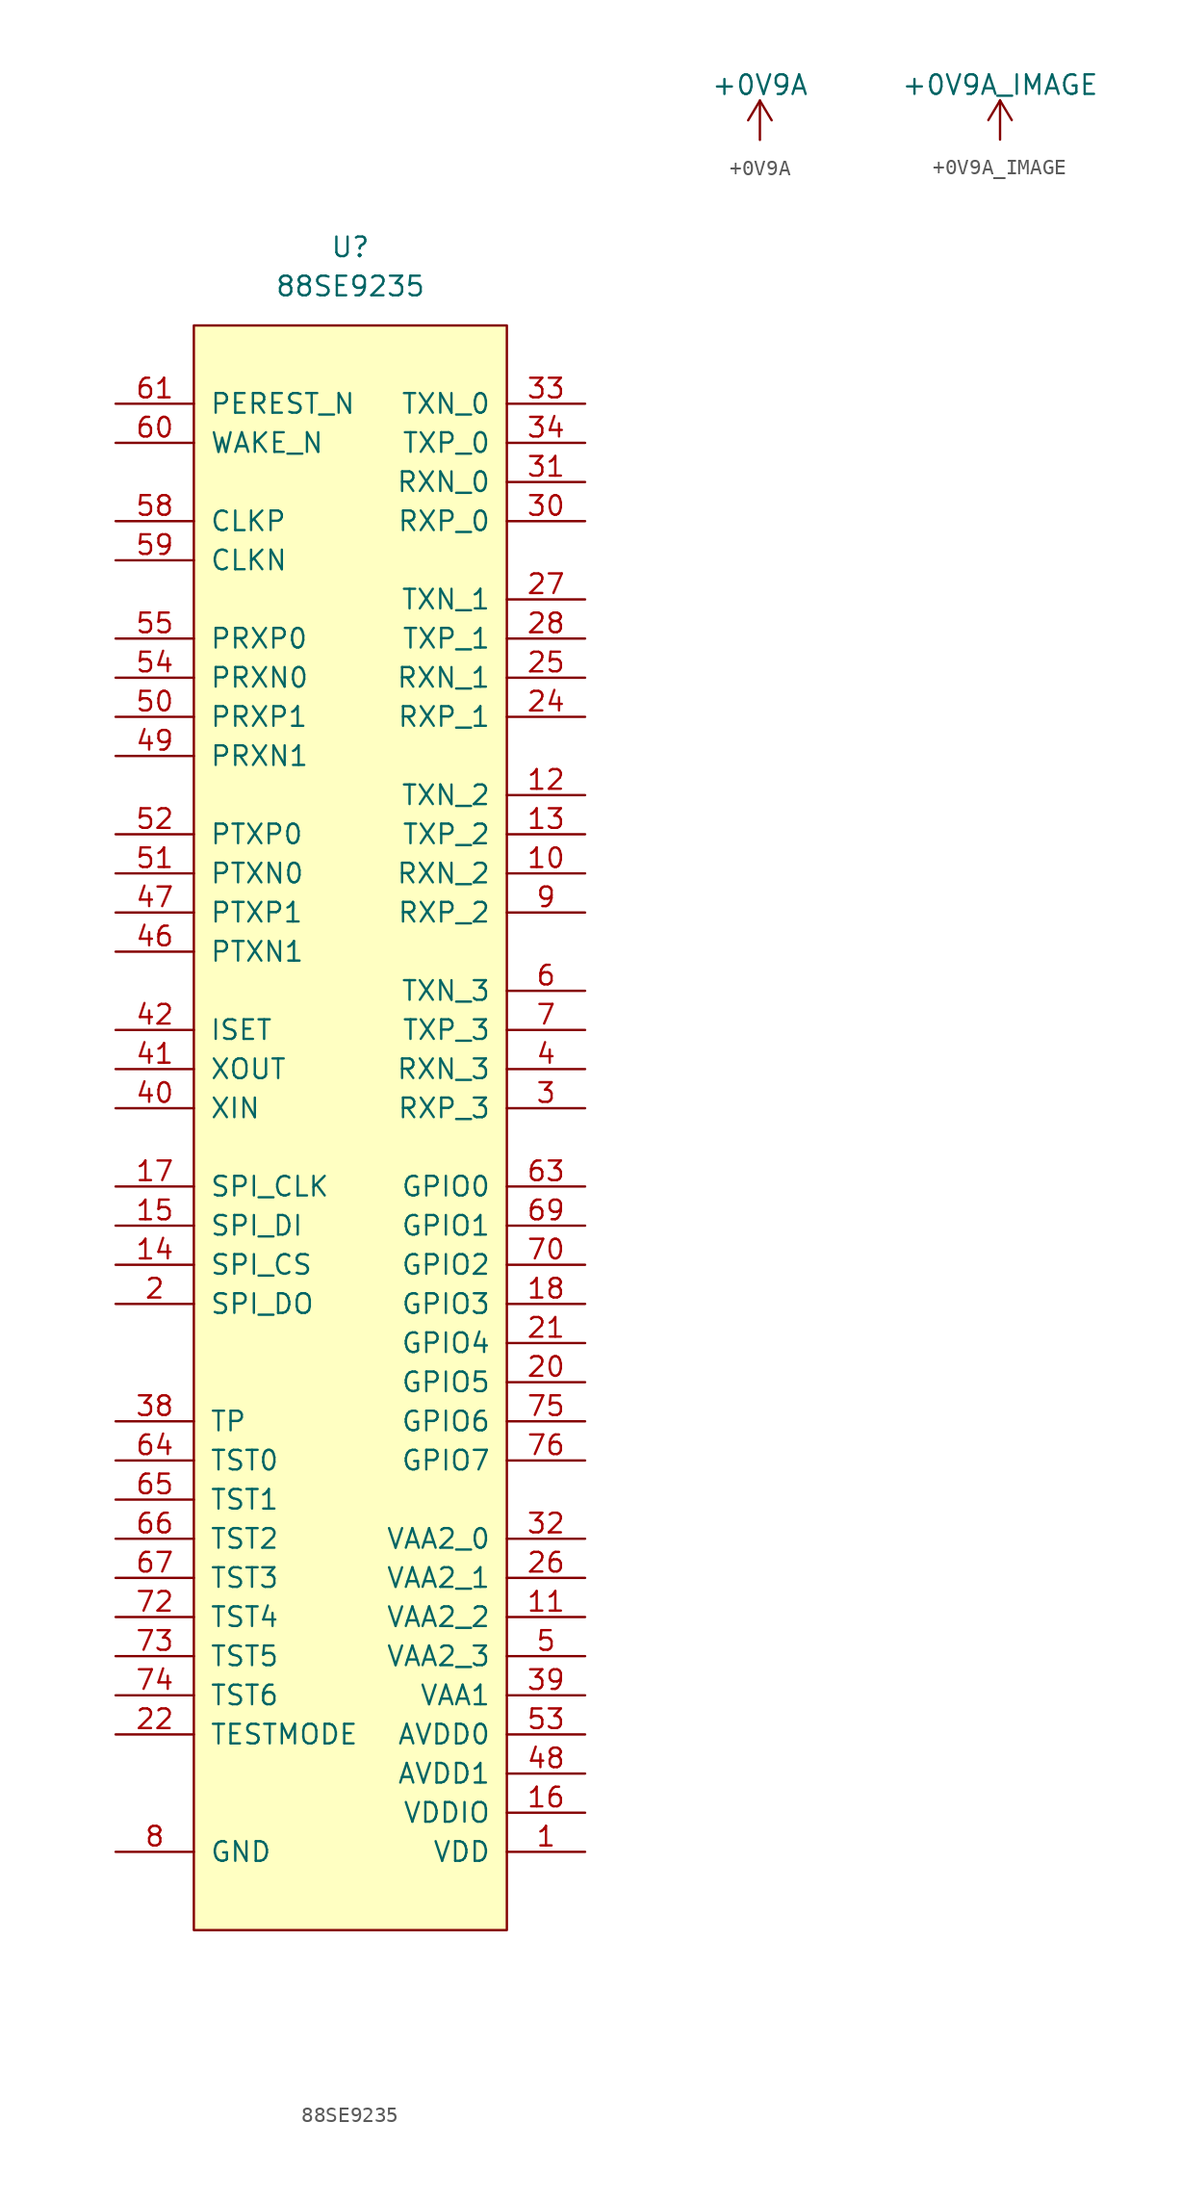
<source format=kicad_sym>
(kicad_symbol_lib
  (version 20220914)
  (generator kicad_symbol_editor)
  (symbol "88SE9235"
    (pin_names
      (offset 1.016))
    (property "Reference" "U"
      (at 0 0 0)
      (effects (font (size 1.27 1.27))))
    (property "Value" "88SE9235"
      (at 0 -2.54 0)
      (effects (font (size 1.27 1.27))))
    (symbol "88SE9235_0_1"
      (rectangle (start -10.16 -5.08) (end 10.16 -109.22) (stroke (width 0) (type default)) (fill (type background))))
    (symbol "88SE9235_1_1"
      (pin power_in line (at 15.24 -104.14 180) (length 5.08) (name "VDD" (effects (font (size 1.27 1.27)))) (number "1" (effects (font (size 1.27 1.27)))))
      (pin input line (at 15.24 -40.64 180) (length 5.08) (name "RXN_2" (effects (font (size 1.27 1.27)))) (number "10" (effects (font (size 1.27 1.27)))))
      (pin power_in line (at 15.24 -88.9 180) (length 5.08) (name "VAA2_2" (effects (font (size 1.27 1.27)))) (number "11" (effects (font (size 1.27 1.27)))))
      (pin output line (at 15.24 -35.56 180) (length 5.08) (name "TXN_2" (effects (font (size 1.27 1.27)))) (number "12" (effects (font (size 1.27 1.27)))))
      (pin output line (at 15.24 -38.1 180) (length 5.08) (name "TXP_2" (effects (font (size 1.27 1.27)))) (number "13" (effects (font (size 1.27 1.27)))))
      (pin output line (at -15.24 -66.04 0) (length 5.08) (name "SPI_CS" (effects (font (size 1.27 1.27)))) (number "14" (effects (font (size 1.27 1.27)))))
      (pin input line (at -15.24 -63.5 0) (length 5.08) (name "SPI_DI" (effects (font (size 1.27 1.27)))) (number "15" (effects (font (size 1.27 1.27)))))
      (pin power_in line (at 15.24 -101.6 180) (length 5.08) (name "VDDIO" (effects (font (size 1.27 1.27)))) (number "16" (effects (font (size 1.27 1.27)))))
      (pin output line (at -15.24 -60.96 0) (length 5.08) (name "SPI_CLK" (effects (font (size 1.27 1.27)))) (number "17" (effects (font (size 1.27 1.27)))))
      (pin bidirectional line (at 15.24 -68.58 180) (length 5.08) (name "GPIO3" (effects (font (size 1.27 1.27)))) (number "18" (effects (font (size 1.27 1.27)))))
      (pin power_in line (at 15.24 -104.14 180) (length 5.08) hide (name "VDD" (effects (font (size 1.27 1.27)))) (number "19" (effects (font (size 1.27 1.27)))))
      (pin output line (at -15.24 -68.58 0) (length 5.08) (name "SPI_DO" (effects (font (size 1.27 1.27)))) (number "2" (effects (font (size 1.27 1.27)))))
      (pin bidirectional line (at 15.24 -73.66 180) (length 5.08) (name "GPIO5" (effects (font (size 1.27 1.27)))) (number "20" (effects (font (size 1.27 1.27)))))
      (pin bidirectional line (at 15.24 -71.12 180) (length 5.08) (name "GPIO4" (effects (font (size 1.27 1.27)))) (number "21" (effects (font (size 1.27 1.27)))))
      (pin input line (at -15.24 -96.52 0) (length 5.08) (name "TESTMODE" (effects (font (size 1.27 1.27)))) (number "22" (effects (font (size 1.27 1.27)))))
      (pin power_in line (at 15.24 -104.14 180) (length 5.08) hide (name "VDD" (effects (font (size 1.27 1.27)))) (number "23" (effects (font (size 1.27 1.27)))))
      (pin input line (at 15.24 -30.48 180) (length 5.08) (name "RXP_1" (effects (font (size 1.27 1.27)))) (number "24" (effects (font (size 1.27 1.27)))))
      (pin input line (at 15.24 -27.94 180) (length 5.08) (name "RXN_1" (effects (font (size 1.27 1.27)))) (number "25" (effects (font (size 1.27 1.27)))))
      (pin power_in line (at 15.24 -86.36 180) (length 5.08) (name "VAA2_1" (effects (font (size 1.27 1.27)))) (number "26" (effects (font (size 1.27 1.27)))))
      (pin output line (at 15.24 -22.86 180) (length 5.08) (name "TXN_1" (effects (font (size 1.27 1.27)))) (number "27" (effects (font (size 1.27 1.27)))))
      (pin output line (at 15.24 -25.4 180) (length 5.08) (name "TXP_1" (effects (font (size 1.27 1.27)))) (number "28" (effects (font (size 1.27 1.27)))))
      (pin power_in line (at -15.24 -104.14 0) (length 5.08) hide (name "GND" (effects (font (size 1.27 1.27)))) (number "29" (effects (font (size 1.27 1.27)))))
      (pin input line (at 15.24 -55.88 180) (length 5.08) (name "RXP_3" (effects (font (size 1.27 1.27)))) (number "3" (effects (font (size 1.27 1.27)))))
      (pin input line (at 15.24 -17.78 180) (length 5.08) (name "RXP_0" (effects (font (size 1.27 1.27)))) (number "30" (effects (font (size 1.27 1.27)))))
      (pin input line (at 15.24 -15.24 180) (length 5.08) (name "RXN_0" (effects (font (size 1.27 1.27)))) (number "31" (effects (font (size 1.27 1.27)))))
      (pin power_in line (at 15.24 -83.82 180) (length 5.08) (name "VAA2_0" (effects (font (size 1.27 1.27)))) (number "32" (effects (font (size 1.27 1.27)))))
      (pin output line (at 15.24 -10.16 180) (length 5.08) (name "TXN_0" (effects (font (size 1.27 1.27)))) (number "33" (effects (font (size 1.27 1.27)))))
      (pin output line (at 15.24 -12.7 180) (length 5.08) (name "TXP_0" (effects (font (size 1.27 1.27)))) (number "34" (effects (font (size 1.27 1.27)))))
      (pin power_in line (at 15.24 -104.14 180) (length 5.08) hide (name "VDD" (effects (font (size 1.27 1.27)))) (number "36" (effects (font (size 1.27 1.27)))))
      (pin bidirectional line (at -15.24 -76.2 0) (length 5.08) (name "TP" (effects (font (size 1.27 1.27)))) (number "38" (effects (font (size 1.27 1.27)))))
      (pin power_in line (at 15.24 -93.98 180) (length 5.08) (name "VAA1" (effects (font (size 1.27 1.27)))) (number "39" (effects (font (size 1.27 1.27)))))
      (pin input line (at 15.24 -53.34 180) (length 5.08) (name "RXN_3" (effects (font (size 1.27 1.27)))) (number "4" (effects (font (size 1.27 1.27)))))
      (pin input line (at -15.24 -55.88 0) (length 5.08) (name "XIN" (effects (font (size 1.27 1.27)))) (number "40" (effects (font (size 1.27 1.27)))))
      (pin output line (at -15.24 -53.34 0) (length 5.08) (name "XOUT" (effects (font (size 1.27 1.27)))) (number "41" (effects (font (size 1.27 1.27)))))
      (pin bidirectional line (at -15.24 -50.8 0) (length 5.08) (name "ISET" (effects (font (size 1.27 1.27)))) (number "42" (effects (font (size 1.27 1.27)))))
      (pin power_in line (at 15.24 -104.14 180) (length 5.08) hide (name "VDD" (effects (font (size 1.27 1.27)))) (number "44" (effects (font (size 1.27 1.27)))))
      (pin power_in line (at -15.24 -104.14 0) (length 5.08) hide (name "GND" (effects (font (size 1.27 1.27)))) (number "45" (effects (font (size 1.27 1.27)))))
      (pin output line (at -15.24 -45.72 0) (length 5.08) (name "PTXN1" (effects (font (size 1.27 1.27)))) (number "46" (effects (font (size 1.27 1.27)))))
      (pin output line (at -15.24 -43.18 0) (length 5.08) (name "PTXP1" (effects (font (size 1.27 1.27)))) (number "47" (effects (font (size 1.27 1.27)))))
      (pin power_in line (at 15.24 -99.06 180) (length 5.08) (name "AVDD1" (effects (font (size 1.27 1.27)))) (number "48" (effects (font (size 1.27 1.27)))))
      (pin input line (at -15.24 -33.02 0) (length 5.08) (name "PRXN1" (effects (font (size 1.27 1.27)))) (number "49" (effects (font (size 1.27 1.27)))))
      (pin power_in line (at 15.24 -91.44 180) (length 5.08) (name "VAA2_3" (effects (font (size 1.27 1.27)))) (number "5" (effects (font (size 1.27 1.27)))))
      (pin input line (at -15.24 -30.48 0) (length 5.08) (name "PRXP1" (effects (font (size 1.27 1.27)))) (number "50" (effects (font (size 1.27 1.27)))))
      (pin output line (at -15.24 -40.64 0) (length 5.08) (name "PTXN0" (effects (font (size 1.27 1.27)))) (number "51" (effects (font (size 1.27 1.27)))))
      (pin output line (at -15.24 -38.1 0) (length 5.08) (name "PTXP0" (effects (font (size 1.27 1.27)))) (number "52" (effects (font (size 1.27 1.27)))))
      (pin power_in line (at 15.24 -96.52 180) (length 5.08) (name "AVDD0" (effects (font (size 1.27 1.27)))) (number "53" (effects (font (size 1.27 1.27)))))
      (pin input line (at -15.24 -27.94 0) (length 5.08) (name "PRXN0" (effects (font (size 1.27 1.27)))) (number "54" (effects (font (size 1.27 1.27)))))
      (pin input line (at -15.24 -25.4 0) (length 5.08) (name "PRXP0" (effects (font (size 1.27 1.27)))) (number "55" (effects (font (size 1.27 1.27)))))
      (pin power_in line (at -15.24 -104.14 0) (length 5.08) hide (name "GND" (effects (font (size 1.27 1.27)))) (number "56" (effects (font (size 1.27 1.27)))))
      (pin input line (at -15.24 -17.78 0) (length 5.08) (name "CLKP" (effects (font (size 1.27 1.27)))) (number "58" (effects (font (size 1.27 1.27)))))
      (pin input line (at -15.24 -20.32 0) (length 5.08) (name "CLKN" (effects (font (size 1.27 1.27)))) (number "59" (effects (font (size 1.27 1.27)))))
      (pin output line (at 15.24 -48.26 180) (length 5.08) (name "TXN_3" (effects (font (size 1.27 1.27)))) (number "6" (effects (font (size 1.27 1.27)))))
      (pin open_collector line (at -15.24 -12.7 0) (length 5.08) (name "WAKE_N" (effects (font (size 1.27 1.27)))) (number "60" (effects (font (size 1.27 1.27)))))
      (pin input line (at -15.24 -10.16 0) (length 5.08) (name "PEREST_N" (effects (font (size 1.27 1.27)))) (number "61" (effects (font (size 1.27 1.27)))))
      (pin power_in line (at 15.24 -104.14 180) (length 5.08) hide (name "VDD" (effects (font (size 1.27 1.27)))) (number "62" (effects (font (size 1.27 1.27)))))
      (pin bidirectional line (at 15.24 -60.96 180) (length 5.08) (name "GPIO0" (effects (font (size 1.27 1.27)))) (number "63" (effects (font (size 1.27 1.27)))))
      (pin bidirectional line (at -15.24 -78.74 0) (length 5.08) (name "TST0" (effects (font (size 1.27 1.27)))) (number "64" (effects (font (size 1.27 1.27)))))
      (pin bidirectional line (at -15.24 -81.28 0) (length 5.08) (name "TST1" (effects (font (size 1.27 1.27)))) (number "65" (effects (font (size 1.27 1.27)))))
      (pin bidirectional line (at -15.24 -83.82 0) (length 5.08) (name "TST2" (effects (font (size 1.27 1.27)))) (number "66" (effects (font (size 1.27 1.27)))))
      (pin bidirectional line (at -15.24 -86.36 0) (length 5.08) (name "TST3" (effects (font (size 1.27 1.27)))) (number "67" (effects (font (size 1.27 1.27)))))
      (pin power_in line (at 15.24 -101.6 180) (length 5.08) hide (name "VDDIO" (effects (font (size 1.27 1.27)))) (number "68" (effects (font (size 1.27 1.27)))))
      (pin bidirectional line (at 15.24 -63.5 180) (length 5.08) (name "GPIO1" (effects (font (size 1.27 1.27)))) (number "69" (effects (font (size 1.27 1.27)))))
      (pin output line (at 15.24 -50.8 180) (length 5.08) (name "TXP_3" (effects (font (size 1.27 1.27)))) (number "7" (effects (font (size 1.27 1.27)))))
      (pin bidirectional line (at 15.24 -66.04 180) (length 5.08) (name "GPIO2" (effects (font (size 1.27 1.27)))) (number "70" (effects (font (size 1.27 1.27)))))
      (pin power_in line (at 15.24 -104.14 180) (length 5.08) hide (name "VDD" (effects (font (size 1.27 1.27)))) (number "71" (effects (font (size 1.27 1.27)))))
      (pin bidirectional line (at -15.24 -88.9 0) (length 5.08) (name "TST4" (effects (font (size 1.27 1.27)))) (number "72" (effects (font (size 1.27 1.27)))))
      (pin bidirectional line (at -15.24 -91.44 0) (length 5.08) (name "TST5" (effects (font (size 1.27 1.27)))) (number "73" (effects (font (size 1.27 1.27)))))
      (pin bidirectional line (at -15.24 -93.98 0) (length 5.08) (name "TST6" (effects (font (size 1.27 1.27)))) (number "74" (effects (font (size 1.27 1.27)))))
      (pin bidirectional line (at 15.24 -76.2 180) (length 5.08) (name "GPIO6" (effects (font (size 1.27 1.27)))) (number "75" (effects (font (size 1.27 1.27)))))
      (pin bidirectional line (at 15.24 -78.74 180) (length 5.08) (name "GPIO7" (effects (font (size 1.27 1.27)))) (number "76" (effects (font (size 1.27 1.27)))))
      (pin power_in line (at -15.24 -104.14 0) (length 5.08) (name "GND" (effects (font (size 1.27 1.27)))) (number "8" (effects (font (size 1.27 1.27)))))
      (pin input line (at 15.24 -43.18 180) (length 5.08) (name "RXP_2" (effects (font (size 1.27 1.27)))) (number "9" (effects (font (size 1.27 1.27)))))))
  (symbol "+0V9A"
    (power)
    (pin_names
      (offset 0))
    (property "Reference" "#PWR"
      (at 0 -3.81 0)
      (effects (font (size 1.27 1.27)) hide))
    (property "Value" "+0V9A"
      (at 0 3.556 0)
      (effects (font (size 1.27 1.27))))
    (symbol "+0V9A_0_1"
      (polyline (pts (xy -0.762 1.27) (xy 0 2.54)) (stroke (width 0) (type default)) (fill (type none)))
      (polyline (pts (xy 0 0) (xy 0 2.54)) (stroke (width 0) (type default)) (fill (type none)))
      (polyline (pts (xy 0 2.54) (xy 0.762 1.27)) (stroke (width 0) (type default)) (fill (type none))))
    (symbol "+0V9A_1_1"
      (pin power_in line (at 0 0 90) (length 0) hide (name "+0V9A" (effects (font (size 1.27 1.27)))) (number "1" (effects (font (size 1.27 1.27)))))))
  (symbol "+0V9A_IMAGE"
    (power)
    (pin_names
      (offset 0))
    (property "Reference" "#PWR"
      (at 0 -3.81 0)
      (effects (font (size 1.27 1.27)) hide))
    (property "Value" "+0V9A_IMAGE"
      (at 0 3.556 0)
      (effects (font (size 1.27 1.27))))
    (symbol "+0V9A_IMAGE_0_1"
      (polyline (pts (xy -0.762 1.27) (xy 0 2.54)) (stroke (width 0) (type default)) (fill (type none)))
      (polyline (pts (xy 0 0) (xy 0 2.54)) (stroke (width 0) (type default)) (fill (type none)))
      (polyline (pts (xy 0 2.54) (xy 0.762 1.27)) (stroke (width 0) (type default)) (fill (type none))))
    (symbol "+0V9A_IMAGE_1_1"
      (pin power_in line (at 0 0 90) (length 0) hide (name "+0V9A_IMAGE" (effects (font (size 1.27 1.27)))) (number "1" (effects (font (size 1.27 1.27))))))))
</source>
